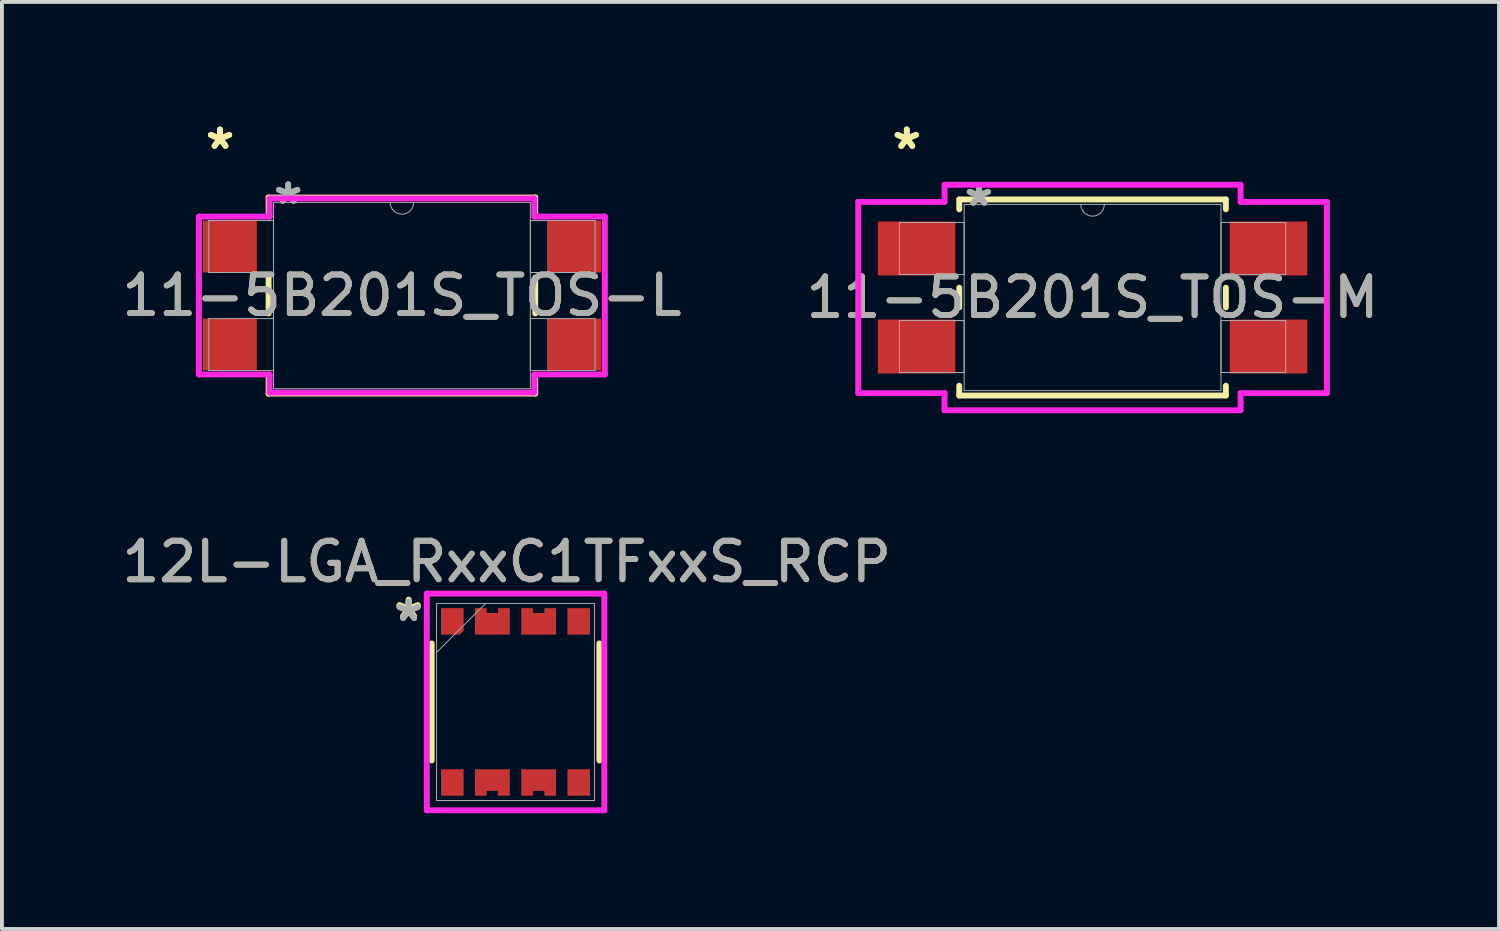
<source format=kicad_pcb>
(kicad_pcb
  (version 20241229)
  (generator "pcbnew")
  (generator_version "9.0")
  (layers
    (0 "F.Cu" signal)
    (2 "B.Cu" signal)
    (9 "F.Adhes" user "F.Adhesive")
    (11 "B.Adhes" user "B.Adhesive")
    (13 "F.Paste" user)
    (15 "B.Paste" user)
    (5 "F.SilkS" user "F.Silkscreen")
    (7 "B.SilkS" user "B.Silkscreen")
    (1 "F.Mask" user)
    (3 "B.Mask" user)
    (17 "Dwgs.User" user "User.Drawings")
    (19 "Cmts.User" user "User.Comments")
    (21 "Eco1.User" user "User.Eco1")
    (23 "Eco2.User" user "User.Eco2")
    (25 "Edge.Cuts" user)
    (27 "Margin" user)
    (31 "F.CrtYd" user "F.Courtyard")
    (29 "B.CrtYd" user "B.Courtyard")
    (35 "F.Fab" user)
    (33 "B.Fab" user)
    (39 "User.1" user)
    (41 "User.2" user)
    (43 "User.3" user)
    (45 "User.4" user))
  (footprint "12L-LGA_RxxC1TFxxS_RCP"
    (layer "F.Cu")
    (at 10.306 15.136)
    (property "Reference" "12L-LGA_RxxC1TFxxS_RCP" (at -0.229 -3.632 0) (unlocked yes) (layer "F.SilkS") (effects (font (size 1 1) (thickness 0.15))))
    (attr smd)
    (fp_poly (pts (xy -1.93 -2.43) (xy -1.345 -2.43) (xy -1.345 -1.845) (xy -1.445 -1.745) (xy -1.93 -1.745)) (stroke (width 0) (type solid)) (fill yes) (layer "F.Cu"))
    (fp_poly (pts (xy -1.052 -2.43) (xy -0.748 -2.43) (xy -0.748 -2.305) (xy -0.452 -2.305) (xy -0.452 -2.43) (xy -0.148 -2.43) (xy -0.148 -1.745) (xy -1.052 -1.745)) (stroke (width 0) (type solid)) (fill yes) (layer "F.Cu"))
    (fp_poly (pts (xy -0.148 2.43) (xy -0.452 2.43) (xy -0.452 2.305) (xy -0.748 2.305) (xy -0.748 2.43) (xy -1.052 2.43) (xy -1.052 1.745) (xy -0.148 1.745)) (stroke (width 0) (type solid)) (fill yes) (layer "F.Cu"))
    (fp_poly (pts (xy 0.148 -2.43) (xy 0.452 -2.43) (xy 0.452 -2.305) (xy 0.748 -2.305) (xy 0.748 -2.43) (xy 1.052 -2.43) (xy 1.052 -1.745) (xy 0.148 -1.745)) (stroke (width 0) (type solid)) (fill yes) (layer "F.Cu"))
    (fp_poly (pts (xy 1.052 2.43) (xy 0.748 2.43) (xy 0.748 2.305) (xy 0.452 2.305) (xy 0.452 2.43) (xy 0.148 2.43) (xy 0.148 1.745) (xy 1.052 1.745)) (stroke (width 0) (type solid)) (fill yes) (layer "F.Cu"))
    (fp_poly (pts (xy -1.93 -2.43) (xy -1.345 -2.43) (xy -1.345 -1.845) (xy -1.445 -1.745) (xy -1.93 -1.745)) (stroke (width 0) (type solid)) (fill yes) (layer "F.Mask"))
    (fp_poly (pts (xy -1.052 -2.43) (xy -0.748 -2.43) (xy -0.748 -2.305) (xy -0.452 -2.305) (xy -0.452 -2.43) (xy -0.148 -2.43) (xy -0.148 -1.745) (xy -1.052 -1.745)) (stroke (width 0) (type solid)) (fill yes) (layer "F.Mask"))
    (fp_poly (pts (xy -0.148 2.43) (xy -0.452 2.43) (xy -0.452 2.305) (xy -0.748 2.305) (xy -0.748 2.43) (xy -1.052 2.43) (xy -1.052 1.745) (xy -0.148 1.745)) (stroke (width 0) (type solid)) (fill yes) (layer "F.Mask"))
    (fp_poly (pts (xy 0.148 -2.43) (xy 0.452 -2.43) (xy 0.452 -2.305) (xy 0.748 -2.305) (xy 0.748 -2.43) (xy 1.052 -2.43) (xy 1.052 -1.745) (xy 0.148 -1.745)) (stroke (width 0) (type solid)) (fill yes) (layer "F.Mask"))
    (fp_poly (pts (xy 1.052 2.43) (xy 0.748 2.43) (xy 0.748 2.305) (xy 0.452 2.305) (xy 0.452 2.43) (xy 0.148 2.43) (xy 0.148 1.745) (xy 1.052 1.745)) (stroke (width 0) (type solid)) (fill yes) (layer "F.Mask"))
    (fp_line (start -2.172 1.516) (end -2.172 -1.516) (stroke (width 0.152) (type solid)) (layer "F.SilkS"))
    (fp_line (start 2.172 -1.516) (end 2.172 1.516) (stroke (width 0.152) (type solid)) (layer "F.SilkS"))
    (fp_poly (pts (xy -1.93 -2.43) (xy -1.345 -2.43) (xy -1.345 -1.845) (xy -1.445 -1.745) (xy -1.93 -1.745)) (stroke (width 0) (type solid)) (fill yes) (layer "F.Paste"))
    (fp_poly (pts (xy -1.052 -2.43) (xy -0.748 -2.43) (xy -0.748 -2.305) (xy -0.452 -2.305) (xy -0.452 -2.43) (xy -0.148 -2.43) (xy -0.148 -1.745) (xy -1.052 -1.745)) (stroke (width 0) (type solid)) (fill yes) (layer "F.Paste"))
    (fp_poly (pts (xy -0.148 2.43) (xy -0.452 2.43) (xy -0.452 2.305) (xy -0.748 2.305) (xy -0.748 2.43) (xy -1.052 2.43) (xy -1.052 1.745) (xy -0.148 1.745)) (stroke (width 0) (type solid)) (fill yes) (layer "F.Paste"))
    (fp_poly (pts (xy 0.148 -2.43) (xy 0.452 -2.43) (xy 0.452 -2.305) (xy 0.748 -2.305) (xy 0.748 -2.43) (xy 1.052 -2.43) (xy 1.052 -1.745) (xy 0.148 -1.745)) (stroke (width 0) (type solid)) (fill yes) (layer "F.Paste"))
    (fp_poly (pts (xy 1.052 2.43) (xy 0.748 2.43) (xy 0.748 2.305) (xy 0.452 2.305) (xy 0.452 2.43) (xy 0.148 2.43) (xy 0.148 1.745) (xy 1.052 1.745)) (stroke (width 0) (type solid)) (fill yes) (layer "F.Paste"))
    (fp_line (start -2.299 -2.807) (end -2.299 2.807) (stroke (width 0.152) (type solid)) (layer "F.CrtYd"))
    (fp_line (start -2.299 2.807) (end 2.299 2.807) (stroke (width 0.152) (type solid)) (layer "F.CrtYd"))
    (fp_line (start 2.299 -2.807) (end -2.299 -2.807) (stroke (width 0.152) (type solid)) (layer "F.CrtYd"))
    (fp_line (start 2.299 2.807) (end 2.299 -2.807) (stroke (width 0.152) (type solid)) (layer "F.CrtYd"))
    (fp_line (start -2.045 -2.553) (end -2.045 2.553) (stroke (width 0.025) (type solid)) (layer "F.Fab"))
    (fp_line (start -2.045 -1.283) (end -0.775 -2.553) (stroke (width 0.025) (type solid)) (layer "F.Fab"))
    (fp_line (start -2.045 2.553) (end 2.045 2.553) (stroke (width 0.025) (type solid)) (layer "F.Fab"))
    (fp_line (start 2.045 -2.553) (end -2.045 -2.553) (stroke (width 0.025) (type solid)) (layer "F.Fab"))
    (fp_line (start 2.045 2.553) (end 2.045 -2.553) (stroke (width 0.025) (type solid)) (layer "F.Fab"))
    (fp_text user "*" (at -2.769 -2.108 0) (layer "F.SilkS") (effects (font (size 1 1) (thickness 0.15))))
    (fp_text user "*" (at -2.769 -2.083 0) (unlocked yes) (layer "F.SilkS") (effects (font (size 1 1) (thickness 0.15))))
    (fp_text user "*" (at -2.769 -2.057 0) (unlocked yes) (layer "F.Fab") (effects (font (size 1 1) (thickness 0.15))))
    (fp_text user "${REFERENCE}" (at -0.229 -3.632 0) (unlocked yes) (layer "F.Fab") (effects (font (size 1 1) (thickness 0.15))))
    (fp_text user "*" (at -2.769 -2.057 0) (layer "F.Fab") (effects (font (size 1 1) (thickness 0.15))))
    (pad "1" smd rect (at -1.637 -2.087) (size 0.127 0.127) (layers "F.Cu" "F.Mask" "F.Paste"))
    (pad "2" smd rect (at -0.9 -2.088 90) (size 0.127 0.127) (layers "F.Cu" "F.Mask" "F.Paste"))
    (pad "3" smd rect (at -0.3 -2.088 90) (size 0.127 0.127) (layers "F.Cu" "F.Mask" "F.Paste"))
    (pad "4" smd rect (at 0.3 -2.088 90) (size 0.127 0.127) (layers "F.Cu" "F.Mask" "F.Paste"))
    (pad "5" smd rect (at 0.9 -2.088 90) (size 0.127 0.127) (layers "F.Cu" "F.Mask" "F.Paste"))
    (pad "6" smd rect (at 1.637 -2.087) (size 0.584 0.686) (layers "F.Cu" "F.Mask" "F.Paste"))
    (pad "7" smd rect (at 1.637 2.087) (size 0.584 0.686) (layers "F.Cu" "F.Mask" "F.Paste"))
    (pad "8" smd rect (at 0.9 2.088 90) (size 0.127 0.127) (layers "F.Cu" "F.Mask" "F.Paste"))
    (pad "9" smd rect (at 0.3 2.088 90) (size 0.127 0.127) (layers "F.Cu" "F.Mask" "F.Paste"))
    (pad "10" smd rect (at -0.3 2.088 90) (size 0.127 0.127) (layers "F.Cu" "F.Mask" "F.Paste"))
    (pad "11" smd rect (at -0.9 2.088 90) (size 0.127 0.127) (layers "F.Cu" "F.Mask" "F.Paste"))
    (pad "12" smd rect (at -1.637 2.087) (size 0.584 0.686) (layers "F.Cu" "F.Mask" "F.Paste")))
  (footprint "11-5B201S_TOS-L"
    (layer "F.Cu")
    (at 7.363 4.607)
    (property "Reference" "11-5B201S_TOS-L" (at 0 0 0) (unlocked yes) (layer "F.SilkS") (effects (font (size 1 1) (thickness 0.15))))
    (attr smd)
    (fp_line (start -3.454 -2.54) (end -3.454 -2.077) (stroke (width 0.152) (type solid)) (layer "F.SilkS"))
    (fp_line (start -3.454 -0.463) (end -3.454 0.463) (stroke (width 0.152) (type solid)) (layer "F.SilkS"))
    (fp_line (start -3.454 2.077) (end -3.454 2.54) (stroke (width 0.152) (type solid)) (layer "F.SilkS"))
    (fp_line (start -3.454 2.54) (end 3.454 2.54) (stroke (width 0.152) (type solid)) (layer "F.SilkS"))
    (fp_line (start 3.454 -2.54) (end -3.454 -2.54) (stroke (width 0.152) (type solid)) (layer "F.SilkS"))
    (fp_line (start 3.454 -2.077) (end 3.454 -2.54) (stroke (width 0.152) (type solid)) (layer "F.SilkS"))
    (fp_line (start 3.454 0.463) (end 3.454 -0.463) (stroke (width 0.152) (type solid)) (layer "F.SilkS"))
    (fp_line (start 3.454 2.54) (end 3.454 2.077) (stroke (width 0.152) (type solid)) (layer "F.SilkS"))
    (fp_line (start -5.258 -2.045) (end -3.429 -2.045) (stroke (width 0.152) (type solid)) (layer "F.CrtYd"))
    (fp_line (start -5.258 2.045) (end -5.258 -2.045) (stroke (width 0.152) (type solid)) (layer "F.CrtYd"))
    (fp_line (start -5.258 2.045) (end -3.429 2.045) (stroke (width 0.152) (type solid)) (layer "F.CrtYd"))
    (fp_line (start -3.429 -2.515) (end 3.429 -2.515) (stroke (width 0.152) (type solid)) (layer "F.CrtYd"))
    (fp_line (start -3.429 -2.045) (end -3.429 -2.515) (stroke (width 0.152) (type solid)) (layer "F.CrtYd"))
    (fp_line (start -3.429 2.515) (end -3.429 2.045) (stroke (width 0.152) (type solid)) (layer "F.CrtYd"))
    (fp_line (start 3.429 -2.515) (end 3.429 -2.045) (stroke (width 0.152) (type solid)) (layer "F.CrtYd"))
    (fp_line (start 3.429 2.045) (end 3.429 2.515) (stroke (width 0.152) (type solid)) (layer "F.CrtYd"))
    (fp_line (start 3.429 2.515) (end -3.429 2.515) (stroke (width 0.152) (type solid)) (layer "F.CrtYd"))
    (fp_line (start 5.258 -2.045) (end 3.429 -2.045) (stroke (width 0.152) (type solid)) (layer "F.CrtYd"))
    (fp_line (start 5.258 -2.045) (end 5.258 2.045) (stroke (width 0.152) (type solid)) (layer "F.CrtYd"))
    (fp_line (start 5.258 2.045) (end 3.429 2.045) (stroke (width 0.152) (type solid)) (layer "F.CrtYd"))
    (fp_line (start -5.004 -1.943) (end -5.004 -0.597) (stroke (width 0.025) (type solid)) (layer "F.Fab"))
    (fp_line (start -5.004 -0.597) (end -3.327 -0.597) (stroke (width 0.025) (type solid)) (layer "F.Fab"))
    (fp_line (start -5.004 0.597) (end -5.004 1.943) (stroke (width 0.025) (type solid)) (layer "F.Fab"))
    (fp_line (start -5.004 1.943) (end -3.327 1.943) (stroke (width 0.025) (type solid)) (layer "F.Fab"))
    (fp_line (start -3.327 -2.413) (end -3.327 2.413) (stroke (width 0.025) (type solid)) (layer "F.Fab"))
    (fp_line (start -3.327 -1.943) (end -5.004 -1.943) (stroke (width 0.025) (type solid)) (layer "F.Fab"))
    (fp_line (start -3.327 -0.597) (end -3.327 -1.943) (stroke (width 0.025) (type solid)) (layer "F.Fab"))
    (fp_line (start -3.327 0.597) (end -5.004 0.597) (stroke (width 0.025) (type solid)) (layer "F.Fab"))
    (fp_line (start -3.327 1.943) (end -3.327 0.597) (stroke (width 0.025) (type solid)) (layer "F.Fab"))
    (fp_line (start -3.327 2.413) (end 3.327 2.413) (stroke (width 0.025) (type solid)) (layer "F.Fab"))
    (fp_line (start 3.327 -2.413) (end -3.327 -2.413) (stroke (width 0.025) (type solid)) (layer "F.Fab"))
    (fp_line (start 3.327 -1.943) (end 3.327 -0.597) (stroke (width 0.025) (type solid)) (layer "F.Fab"))
    (fp_line (start 3.327 -0.597) (end 5.004 -0.597) (stroke (width 0.025) (type solid)) (layer "F.Fab"))
    (fp_line (start 3.327 0.597) (end 3.327 1.943) (stroke (width 0.025) (type solid)) (layer "F.Fab"))
    (fp_line (start 3.327 1.943) (end 5.004 1.943) (stroke (width 0.025) (type solid)) (layer "F.Fab"))
    (fp_line (start 3.327 2.413) (end 3.327 -2.413) (stroke (width 0.025) (type solid)) (layer "F.Fab"))
    (fp_line (start 5.004 -1.943) (end 3.327 -1.943) (stroke (width 0.025) (type solid)) (layer "F.Fab"))
    (fp_line (start 5.004 -0.597) (end 5.004 -1.943) (stroke (width 0.025) (type solid)) (layer "F.Fab"))
    (fp_line (start 5.004 0.597) (end 3.327 0.597) (stroke (width 0.025) (type solid)) (layer "F.Fab"))
    (fp_line (start 5.004 1.943) (end 5.004 0.597) (stroke (width 0.025) (type solid)) (layer "F.Fab"))
    (fp_arc (start 0.3048 -2.413) (mid 0 -2.1082) (end -0.3048 -2.413) (stroke (width 0.0254) (type solid)) (layer "F.Fab"))
    (fp_text user "*" (at -4.712 -3.759 0) (layer "F.SilkS") (effects (font (size 1 1) (thickness 0.15))))
    (fp_text user "*" (at -4.712 -3.759 0) (unlocked yes) (layer "F.SilkS") (effects (font (size 1 1) (thickness 0.15))))
    (fp_text user "${REFERENCE}" (at 0 0 0) (unlocked yes) (layer "F.Fab") (effects (font (size 1 1) (thickness 0.15))))
    (fp_text user "*" (at -2.946 -2.337 0) (layer "F.Fab") (effects (font (size 1 1) (thickness 0.15))))
    (fp_text user "*" (at -2.946 -2.337 0) (unlocked yes) (layer "F.Fab") (effects (font (size 1 1) (thickness 0.15))))
    (pad "1" smd rect (at -4.458 -1.27) (size 1.397 1.346) (layers "F.Cu" "F.Mask" "F.Paste"))
    (pad "2" smd rect (at -4.458 1.27) (size 1.397 1.346) (layers "F.Cu" "F.Mask" "F.Paste"))
    (pad "3" smd rect (at 4.458 1.27) (size 1.397 1.346) (layers "F.Cu" "F.Mask" "F.Paste"))
    (pad "4" smd rect (at 4.458 -1.27) (size 1.397 1.346) (layers "F.Cu" "F.Mask" "F.Paste")))
  (footprint "11-5B201S_TOS-M"
    (layer "F.Cu")
    (at 25.256 4.658)
    (property "Reference" "11-5B201S_TOS-M" (at 0 0 0) (unlocked yes) (layer "F.SilkS") (effects (font (size 1 1) (thickness 0.15))))
    (attr smd)
    (fp_line (start -3.454 -2.54) (end -3.454 -2.285) (stroke (width 0.152) (type solid)) (layer "F.SilkS"))
    (fp_line (start -3.454 -0.255) (end -3.454 0.255) (stroke (width 0.152) (type solid)) (layer "F.SilkS"))
    (fp_line (start -3.454 2.285) (end -3.454 2.54) (stroke (width 0.152) (type solid)) (layer "F.SilkS"))
    (fp_line (start -3.454 2.54) (end 3.454 2.54) (stroke (width 0.152) (type solid)) (layer "F.SilkS"))
    (fp_line (start 3.454 -2.54) (end -3.454 -2.54) (stroke (width 0.152) (type solid)) (layer "F.SilkS"))
    (fp_line (start 3.454 -2.285) (end 3.454 -2.54) (stroke (width 0.152) (type solid)) (layer "F.SilkS"))
    (fp_line (start 3.454 0.255) (end 3.454 -0.255) (stroke (width 0.152) (type solid)) (layer "F.SilkS"))
    (fp_line (start 3.454 2.54) (end 3.454 2.285) (stroke (width 0.152) (type solid)) (layer "F.SilkS"))
    (fp_line (start -6.071 -2.477) (end -3.835 -2.477) (stroke (width 0.152) (type solid)) (layer "F.CrtYd"))
    (fp_line (start -6.071 2.477) (end -6.071 -2.477) (stroke (width 0.152) (type solid)) (layer "F.CrtYd"))
    (fp_line (start -6.071 2.477) (end -3.835 2.477) (stroke (width 0.152) (type solid)) (layer "F.CrtYd"))
    (fp_line (start -3.835 -2.921) (end 3.835 -2.921) (stroke (width 0.152) (type solid)) (layer "F.CrtYd"))
    (fp_line (start -3.835 -2.477) (end -3.835 -2.921) (stroke (width 0.152) (type solid)) (layer "F.CrtYd"))
    (fp_line (start -3.835 2.921) (end -3.835 2.477) (stroke (width 0.152) (type solid)) (layer "F.CrtYd"))
    (fp_line (start 3.835 -2.921) (end 3.835 -2.477) (stroke (width 0.152) (type solid)) (layer "F.CrtYd"))
    (fp_line (start 3.835 2.477) (end 3.835 2.921) (stroke (width 0.152) (type solid)) (layer "F.CrtYd"))
    (fp_line (start 3.835 2.921) (end -3.835 2.921) (stroke (width 0.152) (type solid)) (layer "F.CrtYd"))
    (fp_line (start 6.071 -2.477) (end 3.835 -2.477) (stroke (width 0.152) (type solid)) (layer "F.CrtYd"))
    (fp_line (start 6.071 -2.477) (end 6.071 2.477) (stroke (width 0.152) (type solid)) (layer "F.CrtYd"))
    (fp_line (start 6.071 2.477) (end 3.835 2.477) (stroke (width 0.152) (type solid)) (layer "F.CrtYd"))
    (fp_line (start -5.004 -1.943) (end -5.004 -0.597) (stroke (width 0.025) (type solid)) (layer "F.Fab"))
    (fp_line (start -5.004 -0.597) (end -3.327 -0.597) (stroke (width 0.025) (type solid)) (layer "F.Fab"))
    (fp_line (start -5.004 0.597) (end -5.004 1.943) (stroke (width 0.025) (type solid)) (layer "F.Fab"))
    (fp_line (start -5.004 1.943) (end -3.327 1.943) (stroke (width 0.025) (type solid)) (layer "F.Fab"))
    (fp_line (start -3.327 -2.413) (end -3.327 2.413) (stroke (width 0.025) (type solid)) (layer "F.Fab"))
    (fp_line (start -3.327 -1.943) (end -5.004 -1.943) (stroke (width 0.025) (type solid)) (layer "F.Fab"))
    (fp_line (start -3.327 -0.597) (end -3.327 -1.943) (stroke (width 0.025) (type solid)) (layer "F.Fab"))
    (fp_line (start -3.327 0.597) (end -5.004 0.597) (stroke (width 0.025) (type solid)) (layer "F.Fab"))
    (fp_line (start -3.327 1.943) (end -3.327 0.597) (stroke (width 0.025) (type solid)) (layer "F.Fab"))
    (fp_line (start -3.327 2.413) (end 3.327 2.413) (stroke (width 0.025) (type solid)) (layer "F.Fab"))
    (fp_line (start 3.327 -2.413) (end -3.327 -2.413) (stroke (width 0.025) (type solid)) (layer "F.Fab"))
    (fp_line (start 3.327 -1.943) (end 3.327 -0.597) (stroke (width 0.025) (type solid)) (layer "F.Fab"))
    (fp_line (start 3.327 -0.597) (end 5.004 -0.597) (stroke (width 0.025) (type solid)) (layer "F.Fab"))
    (fp_line (start 3.327 0.597) (end 3.327 1.943) (stroke (width 0.025) (type solid)) (layer "F.Fab"))
    (fp_line (start 3.327 1.943) (end 5.004 1.943) (stroke (width 0.025) (type solid)) (layer "F.Fab"))
    (fp_line (start 3.327 2.413) (end 3.327 -2.413) (stroke (width 0.025) (type solid)) (layer "F.Fab"))
    (fp_line (start 5.004 -1.943) (end 3.327 -1.943) (stroke (width 0.025) (type solid)) (layer "F.Fab"))
    (fp_line (start 5.004 -0.597) (end 5.004 -1.943) (stroke (width 0.025) (type solid)) (layer "F.Fab"))
    (fp_line (start 5.004 0.597) (end 3.327 0.597) (stroke (width 0.025) (type solid)) (layer "F.Fab"))
    (fp_line (start 5.004 1.943) (end 5.004 0.597) (stroke (width 0.025) (type solid)) (layer "F.Fab"))
    (fp_arc (start 0.3048 -2.413) (mid 0 -2.1082) (end -0.3048 -2.413) (stroke (width 0.0254) (type solid)) (layer "F.Fab"))
    (fp_text user "*" (at -4.813 -3.81 0) (layer "F.SilkS") (effects (font (size 1 1) (thickness 0.15))))
    (fp_text user "*" (at -4.813 -3.81 0) (unlocked yes) (layer "F.SilkS") (effects (font (size 1 1) (thickness 0.15))))
    (fp_text user "*" (at -2.946 -2.337 0) (layer "F.Fab") (effects (font (size 1 1) (thickness 0.15))))
    (fp_text user "${REFERENCE}" (at 0 0 0) (unlocked yes) (layer "F.Fab") (effects (font (size 1 1) (thickness 0.15))))
    (fp_text user "*" (at -2.946 -2.337 0) (unlocked yes) (layer "F.Fab") (effects (font (size 1 1) (thickness 0.15))))
    (pad "1" smd rect (at -4.559 -1.27) (size 2.007 1.397) (layers "F.Cu" "F.Mask" "F.Paste"))
    (pad "2" smd rect (at -4.559 1.27) (size 2.007 1.397) (layers "F.Cu" "F.Mask" "F.Paste"))
    (pad "3" smd rect (at 4.559 1.27) (size 2.007 1.397) (layers "F.Cu" "F.Mask" "F.Paste"))
    (pad "4" smd rect (at 4.559 -1.27) (size 2.007 1.397) (layers "F.Cu" "F.Mask" "F.Paste")))
  (gr_rect
    (start -3 -3)
    (end 35.786 21.019)
    (stroke (width 0.1) (type default))
    (fill no)
    (layer "Edge.Cuts")))
</source>
